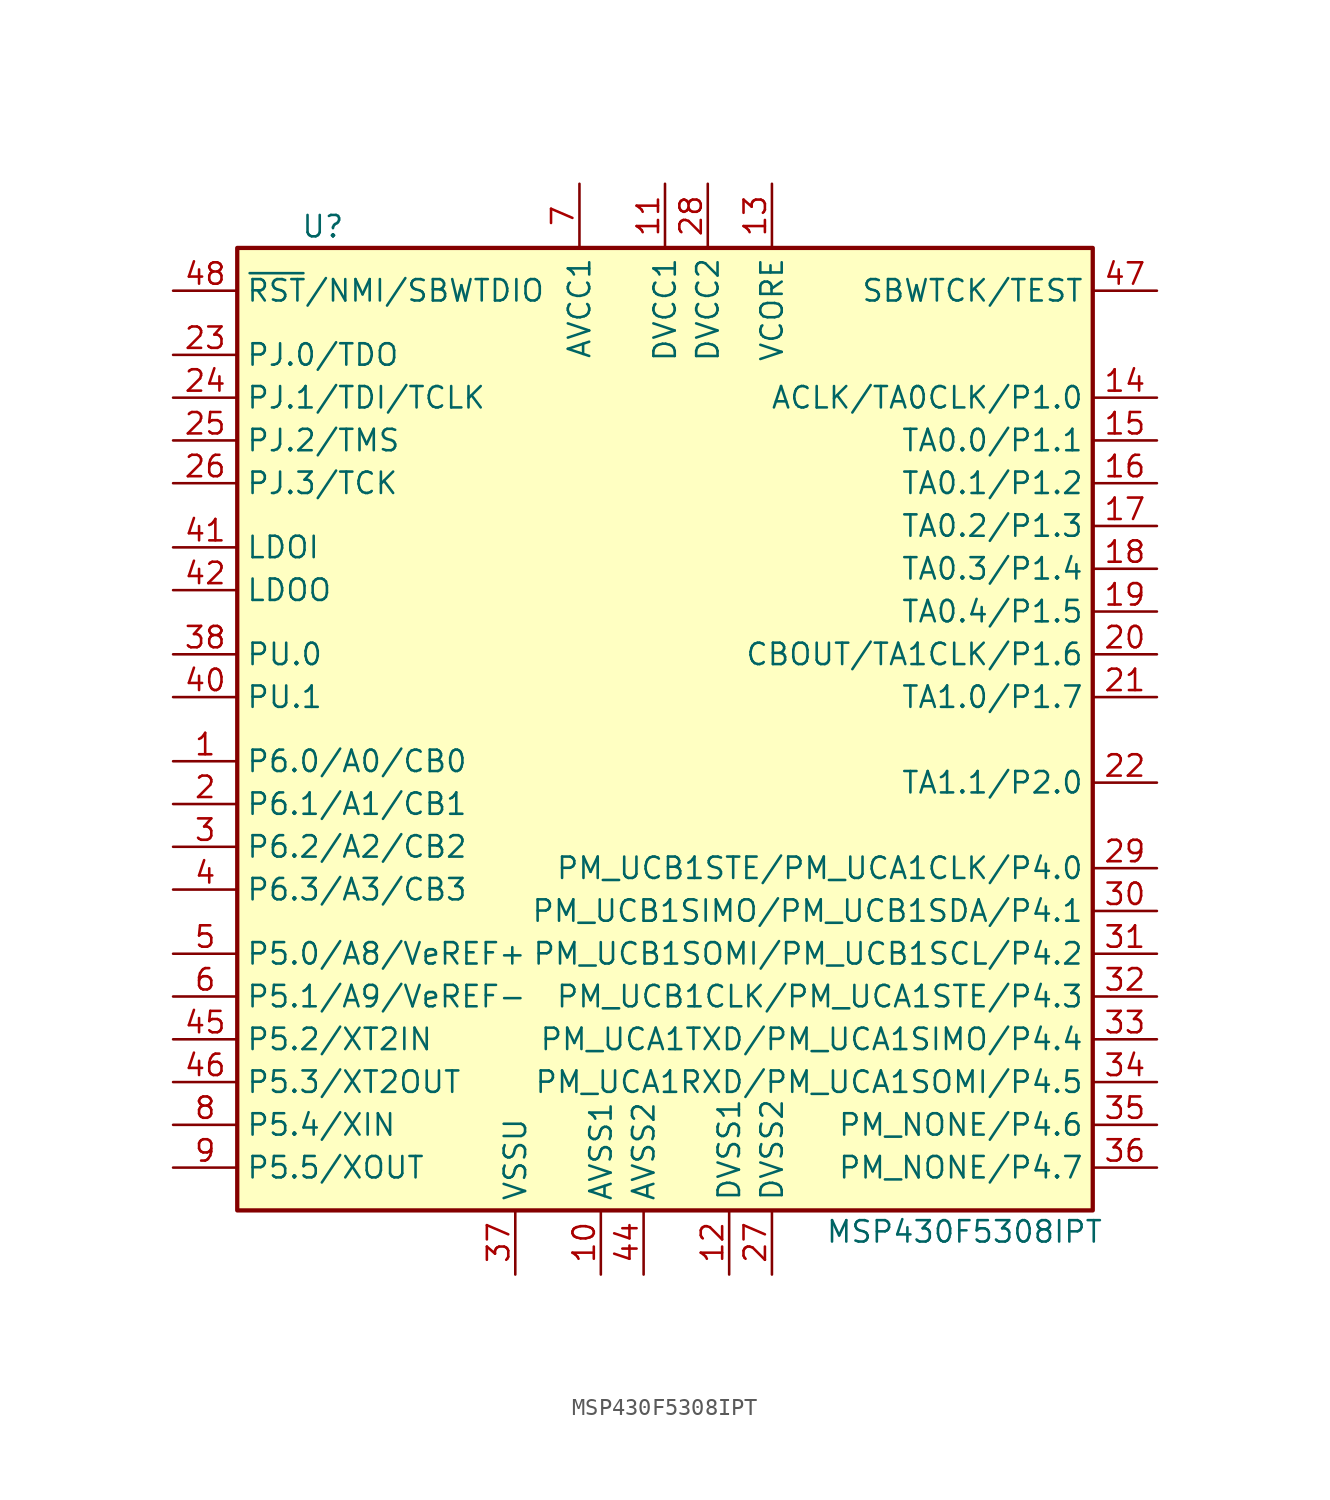
<source format=kicad_sym>
(kicad_symbol_lib
  (version 20201005)
  (generator kicad_symbol_editor)
  (symbol "MSP430F5308IPT"
    (property "Reference" "U"
      (at -21.59 30.48 0)
      (effects (font (size 1.27 1.27))))
    (property "Value" "MSP430F5308IPT"
      (at 16.51 -29.21 0)
      (effects (font (size 1.27 1.27))))
    (symbol "MSP430F5308IPT_0_1"
      (rectangle (start -26.67 29.21) (end 24.13 -27.94) (stroke (width 0.254)) (fill (type background))))
    (symbol "MSP430F5308IPT_1_1"
      (pin bidirectional line (at -30.48 -1.27 0) (length 3.81) (name "P6.0/A0/CB0" (effects (font (size 1.27 1.27)))) (number "1" (effects (font (size 1.27 1.27)))))
      (pin power_in line (at -5.08 -31.75 90) (length 3.81) (name "AVSS1" (effects (font (size 1.27 1.27)))) (number "10" (effects (font (size 1.27 1.27)))))
      (pin power_in line (at -1.27 33.02 270) (length 3.81) (name "DVCC1" (effects (font (size 1.27 1.27)))) (number "11" (effects (font (size 1.27 1.27)))))
      (pin power_in line (at 2.54 -31.75 90) (length 3.81) (name "DVSS1" (effects (font (size 1.27 1.27)))) (number "12" (effects (font (size 1.27 1.27)))))
      (pin bidirectional line (at 5.08 33.02 270) (length 3.81) (name "VCORE" (effects (font (size 1.27 1.27)))) (number "13" (effects (font (size 1.27 1.27)))))
      (pin bidirectional line (at 27.94 20.32 180) (length 3.81) (name "ACLK/TA0CLK/P1.0" (effects (font (size 1.27 1.27)))) (number "14" (effects (font (size 1.27 1.27)))))
      (pin bidirectional line (at 27.94 17.78 180) (length 3.81) (name "TA0.0/P1.1" (effects (font (size 1.27 1.27)))) (number "15" (effects (font (size 1.27 1.27)))))
      (pin bidirectional line (at 27.94 15.24 180) (length 3.81) (name "TA0.1/P1.2" (effects (font (size 1.27 1.27)))) (number "16" (effects (font (size 1.27 1.27)))))
      (pin bidirectional line (at 27.94 12.7 180) (length 3.81) (name "TA0.2/P1.3" (effects (font (size 1.27 1.27)))) (number "17" (effects (font (size 1.27 1.27)))))
      (pin bidirectional line (at 27.94 10.16 180) (length 3.81) (name "TA0.3/P1.4" (effects (font (size 1.27 1.27)))) (number "18" (effects (font (size 1.27 1.27)))))
      (pin bidirectional line (at 27.94 7.62 180) (length 3.81) (name "TA0.4/P1.5" (effects (font (size 1.27 1.27)))) (number "19" (effects (font (size 1.27 1.27)))))
      (pin bidirectional line (at -30.48 -3.81 0) (length 3.81) (name "P6.1/A1/CB1" (effects (font (size 1.27 1.27)))) (number "2" (effects (font (size 1.27 1.27)))))
      (pin bidirectional line (at 27.94 5.08 180) (length 3.81) (name "CBOUT/TA1CLK/P1.6" (effects (font (size 1.27 1.27)))) (number "20" (effects (font (size 1.27 1.27)))))
      (pin bidirectional line (at 27.94 2.54 180) (length 3.81) (name "TA1.0/P1.7" (effects (font (size 1.27 1.27)))) (number "21" (effects (font (size 1.27 1.27)))))
      (pin bidirectional line (at 27.94 -2.54 180) (length 3.81) (name "TA1.1/P2.0" (effects (font (size 1.27 1.27)))) (number "22" (effects (font (size 1.27 1.27)))))
      (pin bidirectional line (at -30.48 22.86 0) (length 3.81) (name "PJ.0/TDO" (effects (font (size 1.27 1.27)))) (number "23" (effects (font (size 1.27 1.27)))))
      (pin bidirectional line (at -30.48 20.32 0) (length 3.81) (name "PJ.1/TDI/TCLK" (effects (font (size 1.27 1.27)))) (number "24" (effects (font (size 1.27 1.27)))))
      (pin bidirectional line (at -30.48 17.78 0) (length 3.81) (name "PJ.2/TMS" (effects (font (size 1.27 1.27)))) (number "25" (effects (font (size 1.27 1.27)))))
      (pin bidirectional line (at -30.48 15.24 0) (length 3.81) (name "PJ.3/TCK" (effects (font (size 1.27 1.27)))) (number "26" (effects (font (size 1.27 1.27)))))
      (pin power_in line (at 5.08 -31.75 90) (length 3.81) (name "DVSS2" (effects (font (size 1.27 1.27)))) (number "27" (effects (font (size 1.27 1.27)))))
      (pin power_in line (at 1.27 33.02 270) (length 3.81) (name "DVCC2" (effects (font (size 1.27 1.27)))) (number "28" (effects (font (size 1.27 1.27)))))
      (pin bidirectional line (at 27.94 -7.62 180) (length 3.81) (name "PM_UCB1STE/PM_UCA1CLK/P4.0" (effects (font (size 1.27 1.27)))) (number "29" (effects (font (size 1.27 1.27)))))
      (pin bidirectional line (at -30.48 -6.35 0) (length 3.81) (name "P6.2/A2/CB2" (effects (font (size 1.27 1.27)))) (number "3" (effects (font (size 1.27 1.27)))))
      (pin bidirectional line (at 27.94 -10.16 180) (length 3.81) (name "PM_UCB1SIMO/PM_UCB1SDA/P4.1" (effects (font (size 1.27 1.27)))) (number "30" (effects (font (size 1.27 1.27)))))
      (pin bidirectional line (at 27.94 -12.7 180) (length 3.81) (name "PM_UCB1SOMI/PM_UCB1SCL/P4.2" (effects (font (size 1.27 1.27)))) (number "31" (effects (font (size 1.27 1.27)))))
      (pin bidirectional line (at 27.94 -15.24 180) (length 3.81) (name "PM_UCB1CLK/PM_UCA1STE/P4.3" (effects (font (size 1.27 1.27)))) (number "32" (effects (font (size 1.27 1.27)))))
      (pin bidirectional line (at 27.94 -17.78 180) (length 3.81) (name "PM_UCA1TXD/PM_UCA1SIMO/P4.4" (effects (font (size 1.27 1.27)))) (number "33" (effects (font (size 1.27 1.27)))))
      (pin bidirectional line (at 27.94 -20.32 180) (length 3.81) (name "PM_UCA1RXD/PM_UCA1SOMI/P4.5" (effects (font (size 1.27 1.27)))) (number "34" (effects (font (size 1.27 1.27)))))
      (pin bidirectional line (at 27.94 -22.86 180) (length 3.81) (name "PM_NONE/P4.6" (effects (font (size 1.27 1.27)))) (number "35" (effects (font (size 1.27 1.27)))))
      (pin bidirectional line (at 27.94 -25.4 180) (length 3.81) (name "PM_NONE/P4.7" (effects (font (size 1.27 1.27)))) (number "36" (effects (font (size 1.27 1.27)))))
      (pin power_in line (at -10.16 -31.75 90) (length 3.81) (name "VSSU" (effects (font (size 1.27 1.27)))) (number "37" (effects (font (size 1.27 1.27)))))
      (pin bidirectional line (at -30.48 5.08 0) (length 3.81) (name "PU.0" (effects (font (size 1.27 1.27)))) (number "38" (effects (font (size 1.27 1.27)))))
      (pin bidirectional line (at -30.48 -8.89 0) (length 3.81) (name "P6.3/A3/CB3" (effects (font (size 1.27 1.27)))) (number "4" (effects (font (size 1.27 1.27)))))
      (pin bidirectional line (at -30.48 2.54 0) (length 3.81) (name "PU.1" (effects (font (size 1.27 1.27)))) (number "40" (effects (font (size 1.27 1.27)))))
      (pin power_in line (at -30.48 11.43 0) (length 3.81) (name "LDOI" (effects (font (size 1.27 1.27)))) (number "41" (effects (font (size 1.27 1.27)))))
      (pin power_out line (at -30.48 8.89 0) (length 3.81) (name "LDOO" (effects (font (size 1.27 1.27)))) (number "42" (effects (font (size 1.27 1.27)))))
      (pin power_in line (at -2.54 -31.75 90) (length 3.81) (name "AVSS2" (effects (font (size 1.27 1.27)))) (number "44" (effects (font (size 1.27 1.27)))))
      (pin bidirectional line (at -30.48 -17.78 0) (length 3.81) (name "P5.2/XT2IN" (effects (font (size 1.27 1.27)))) (number "45" (effects (font (size 1.27 1.27)))))
      (pin bidirectional line (at -30.48 -20.32 0) (length 3.81) (name "P5.3/XT2OUT" (effects (font (size 1.27 1.27)))) (number "46" (effects (font (size 1.27 1.27)))))
      (pin input line (at 27.94 26.67 180) (length 3.81) (name "SBWTCK/TEST" (effects (font (size 1.27 1.27)))) (number "47" (effects (font (size 1.27 1.27)))))
      (pin input line (at -30.48 26.67 0) (length 3.81) (name "~RST~/NMI/SBWTDIO" (effects (font (size 1.27 1.27)))) (number "48" (effects (font (size 1.27 1.27)))))
      (pin bidirectional line (at -30.48 -12.7 0) (length 3.81) (name "P5.0/A8/VeREF+" (effects (font (size 1.27 1.27)))) (number "5" (effects (font (size 1.27 1.27)))))
      (pin bidirectional line (at -30.48 -15.24 0) (length 3.81) (name "P5.1/A9/VeREF-" (effects (font (size 1.27 1.27)))) (number "6" (effects (font (size 1.27 1.27)))))
      (pin power_in line (at -6.35 33.02 270) (length 3.81) (name "AVCC1" (effects (font (size 1.27 1.27)))) (number "7" (effects (font (size 1.27 1.27)))))
      (pin bidirectional line (at -30.48 -22.86 0) (length 3.81) (name "P5.4/XIN" (effects (font (size 1.27 1.27)))) (number "8" (effects (font (size 1.27 1.27)))))
      (pin bidirectional line (at -30.48 -25.4 0) (length 3.81) (name "P5.5/XOUT" (effects (font (size 1.27 1.27)))) (number "9" (effects (font (size 1.27 1.27))))))))
</source>
